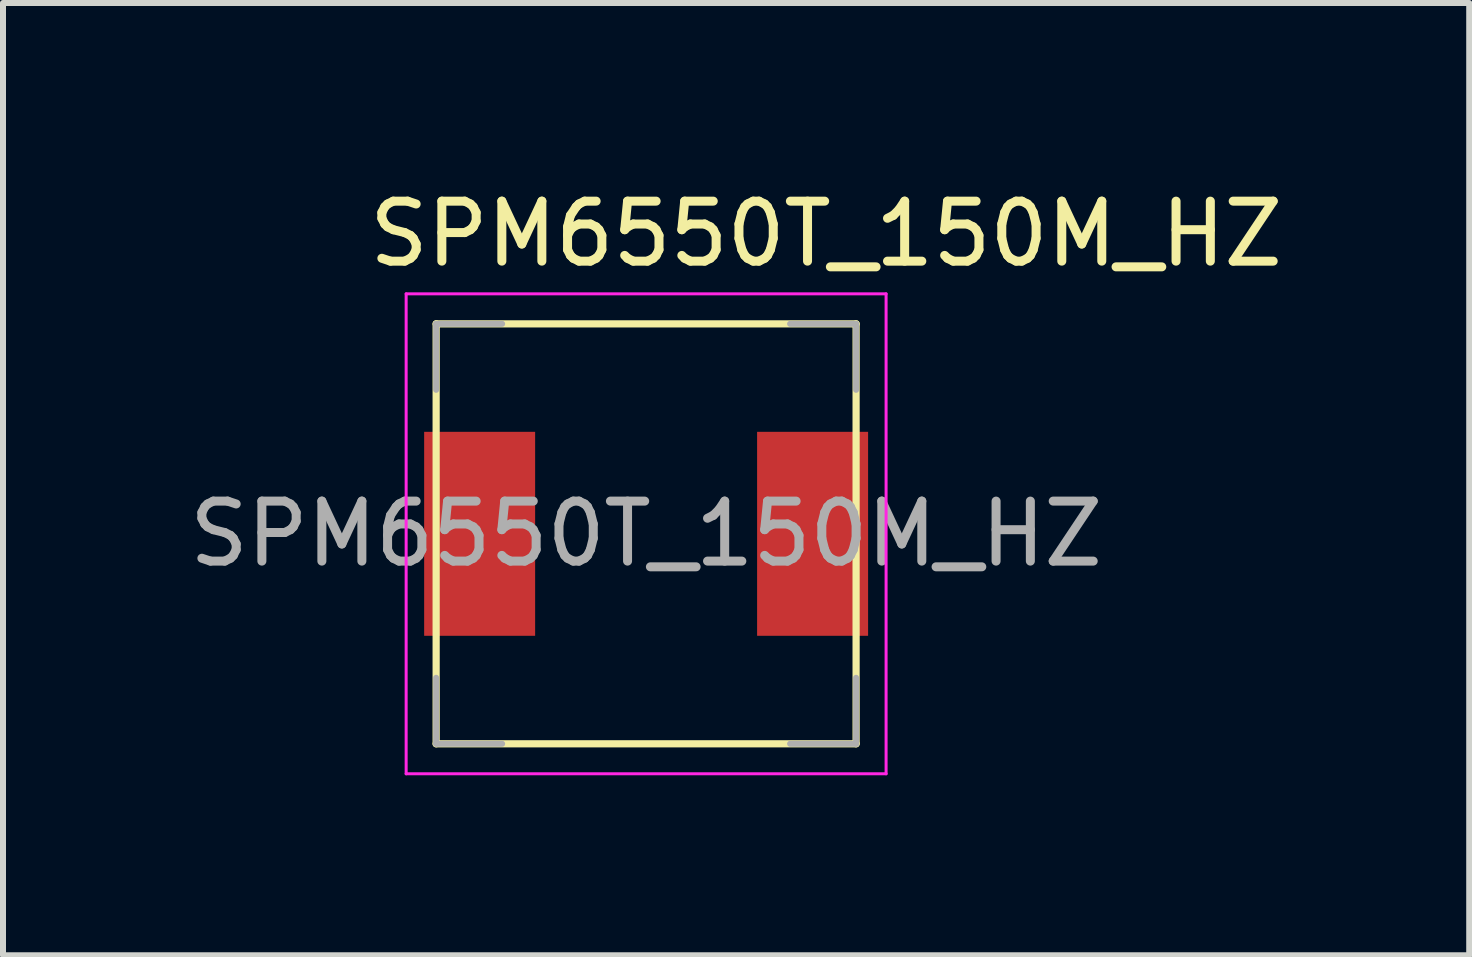
<source format=kicad_pcb>
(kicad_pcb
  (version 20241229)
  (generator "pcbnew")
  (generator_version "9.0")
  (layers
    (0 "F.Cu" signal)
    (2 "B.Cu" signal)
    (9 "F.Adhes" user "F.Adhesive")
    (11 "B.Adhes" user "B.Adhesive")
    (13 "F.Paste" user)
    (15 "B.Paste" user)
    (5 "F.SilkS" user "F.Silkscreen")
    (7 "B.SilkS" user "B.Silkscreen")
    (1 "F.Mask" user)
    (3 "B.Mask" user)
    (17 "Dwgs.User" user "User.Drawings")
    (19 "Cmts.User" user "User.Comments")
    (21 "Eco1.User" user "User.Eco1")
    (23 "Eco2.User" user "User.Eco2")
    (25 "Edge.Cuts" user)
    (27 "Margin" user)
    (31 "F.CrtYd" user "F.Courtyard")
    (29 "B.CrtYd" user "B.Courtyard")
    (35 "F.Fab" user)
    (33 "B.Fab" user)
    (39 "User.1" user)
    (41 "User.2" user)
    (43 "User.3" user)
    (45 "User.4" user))
  (footprint "SPM6550T_150M_HZ"
    (layer "F.Cu")
    (at 7.72 5.848)
    (property "Reference" "SPM6550T_150M_HZ" (at 3 -5 0) (layer "F.SilkS") (effects (font (size 1 1) (thickness 0.15))))
    (attr smd)
    (fp_line (start -3.5 -3.5) (end 3.5 -3.5) (stroke (width 0.12) (type solid)) (layer "F.SilkS"))
    (fp_line (start -3.5 3.5) (end -3.5 -3.5) (stroke (width 0.12) (type solid)) (layer "F.SilkS"))
    (fp_line (start -3.5 3.5) (end 3.5 3.5) (stroke (width 0.12) (type solid)) (layer "F.SilkS"))
    (fp_line (start 3.5 -3.5) (end 3.5 3.5) (stroke (width 0.12) (type solid)) (layer "F.SilkS"))
    (fp_line (start -4 -4) (end -4 4) (stroke (width 0.05) (type solid)) (layer "F.CrtYd"))
    (fp_line (start -4 4) (end 4 4) (stroke (width 0.05) (type solid)) (layer "F.CrtYd"))
    (fp_line (start 4 -4) (end -4 -4) (stroke (width 0.05) (type solid)) (layer "F.CrtYd"))
    (fp_line (start 4 4) (end 4 -4) (stroke (width 0.05) (type solid)) (layer "F.CrtYd"))
    (fp_line (start -3.5 -3.5) (end -2.4 -3.5) (stroke (width 0.1) (type solid)) (layer "F.Fab"))
    (fp_line (start -3.5 -2.4) (end -3.5 -3.5) (stroke (width 0.1) (type solid)) (layer "F.Fab"))
    (fp_line (start -3.5 2.4) (end -3.5 3.5) (stroke (width 0.1) (type solid)) (layer "F.Fab"))
    (fp_line (start -3.5 3.5) (end -2.4 3.5) (stroke (width 0.1) (type solid)) (layer "F.Fab"))
    (fp_line (start 3.5 -3.5) (end 2.4 -3.5) (stroke (width 0.1) (type solid)) (layer "F.Fab"))
    (fp_line (start 3.5 -3.5) (end 3.5 -2.4) (stroke (width 0.1) (type solid)) (layer "F.Fab"))
    (fp_line (start 3.5 2.4) (end 3.5 3.5) (stroke (width 0.1) (type solid)) (layer "F.Fab"))
    (fp_line (start 3.5 3.5) (end 2.4 3.5) (stroke (width 0.1) (type solid)) (layer "F.Fab"))
    (fp_text user "${REFERENCE}" (at 0 0 0) (layer "F.Fab") (effects (font (size 1 1) (thickness 0.15))))
    (pad "1" smd rect (at -2.775 0) (size 1.85 3.4) (layers "F.Cu" "F.Mask" "F.Paste"))
    (pad "2" smd rect (at 2.775 0) (size 1.85 3.4) (layers "F.Cu" "F.Mask" "F.Paste")))
  (gr_rect
    (start -3 -3)
    (end 21.44 12.873)
    (stroke (width 0.1) (type default))
    (fill no)
    (layer "Edge.Cuts")))
</source>
